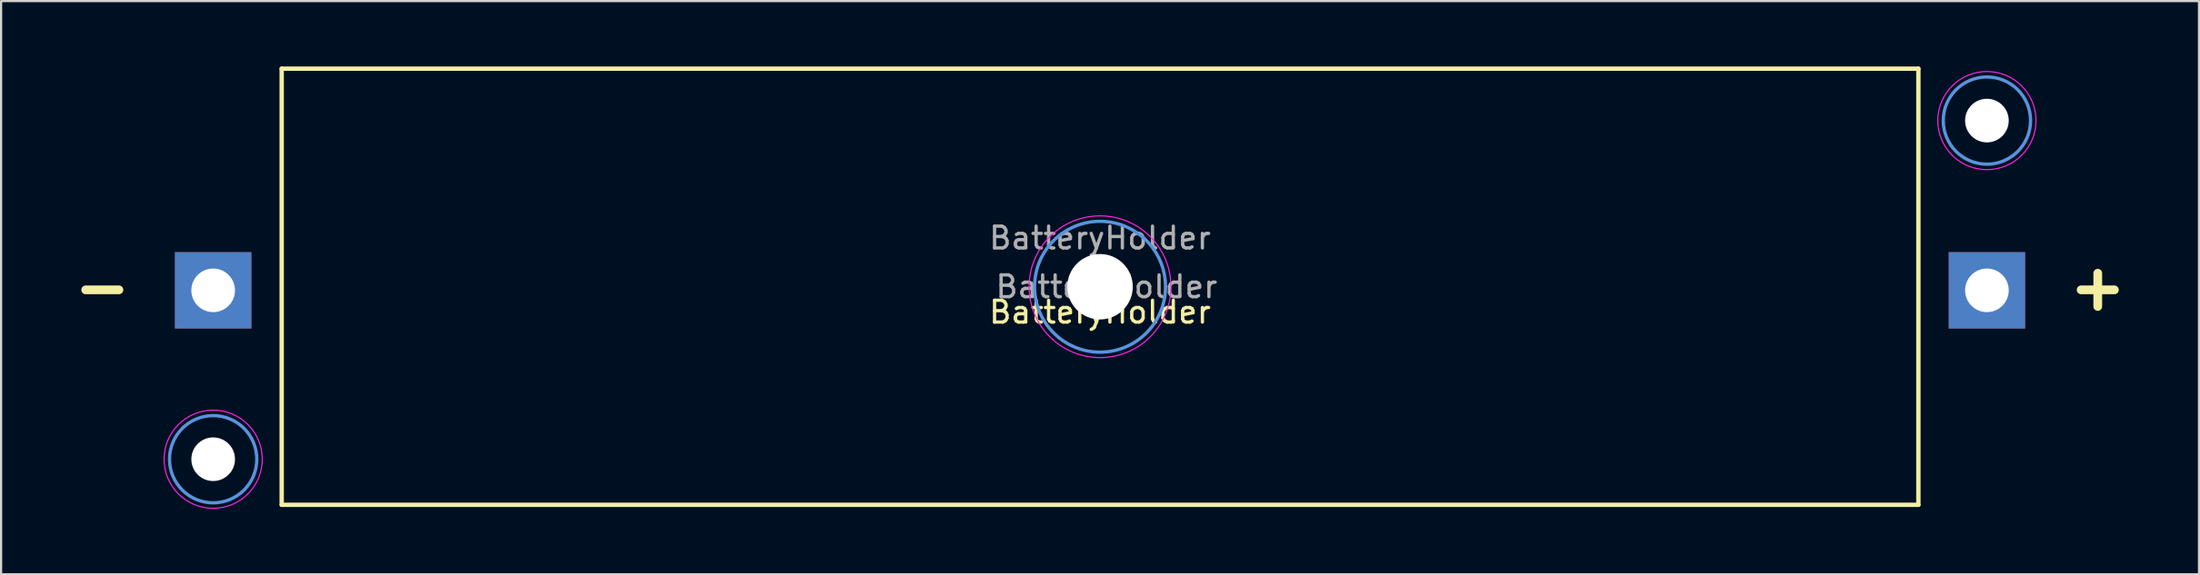
<source format=kicad_pcb>
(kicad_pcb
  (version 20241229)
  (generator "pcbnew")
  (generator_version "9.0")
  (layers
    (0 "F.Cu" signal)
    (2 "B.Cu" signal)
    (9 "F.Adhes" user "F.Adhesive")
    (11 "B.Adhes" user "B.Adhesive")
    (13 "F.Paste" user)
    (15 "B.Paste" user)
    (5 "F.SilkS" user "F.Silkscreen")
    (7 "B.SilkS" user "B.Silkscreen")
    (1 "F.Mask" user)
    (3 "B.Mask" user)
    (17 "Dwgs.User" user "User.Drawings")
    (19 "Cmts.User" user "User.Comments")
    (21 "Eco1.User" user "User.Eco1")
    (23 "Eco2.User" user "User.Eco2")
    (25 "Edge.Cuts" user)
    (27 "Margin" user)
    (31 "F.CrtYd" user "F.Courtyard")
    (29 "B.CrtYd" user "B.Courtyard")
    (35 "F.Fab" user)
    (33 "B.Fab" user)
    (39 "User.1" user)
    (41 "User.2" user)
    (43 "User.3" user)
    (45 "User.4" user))
  (footprint "BatteryHolder"
    (layer "F.Cu")
    (at 47.358 10.1)
    (property "Reference" "BatteryHolder" (at 0 1.165 0) (layer "F.SilkS") (effects (font (size 1 1) (thickness 0.15))))
    (attr through_hole)
    (fp_line (start -37.5 -10) (end 37.5 -10) (stroke (width 0.2) (type solid)) (layer "F.SilkS"))
    (fp_line (start -37.5 10) (end -37.5 -10) (stroke (width 0.2) (type solid)) (layer "F.SilkS"))
    (fp_line (start 37.5 -10) (end 37.5 10) (stroke (width 0.2) (type solid)) (layer "F.SilkS"))
    (fp_line (start 37.5 10) (end -37.5 10) (stroke (width 0.2) (type solid)) (layer "F.SilkS"))
    (fp_circle (center -40.64 7.91) (end -38.64 7.91) (stroke (width 0.15) (type solid)) (fill no) (layer "Cmts.User"))
    (fp_circle (center 0 0) (end 3 0) (stroke (width 0.15) (type solid)) (fill no) (layer "Cmts.User"))
    (fp_circle (center 40.64 -7.62) (end 42.64 -7.62) (stroke (width 0.15) (type solid)) (fill no) (layer "Cmts.User"))
    (fp_circle (center -40.64 7.91) (end -38.39 7.91) (stroke (width 0.05) (type solid)) (fill no) (layer "F.CrtYd"))
    (fp_circle (center 0 0) (end 3.25 0) (stroke (width 0.05) (type solid)) (fill no) (layer "F.CrtYd"))
    (fp_circle (center 40.64 -7.62) (end 42.89 -7.62) (stroke (width 0.05) (type solid)) (fill no) (layer "F.CrtYd"))
    (fp_text user "+" (at 45.72 0 0) (unlocked yes) (layer "F.SilkS") (effects (font (size 2 2) (thickness 0.4))))
    (fp_text user "-" (at -45.72 0 0) (unlocked yes) (layer "F.SilkS") (effects (font (size 2 2) (thickness 0.4))))
    (fp_text user "${REFERENCE}" (at 0.3 0 0) (layer "F.Fab") (effects (font (size 1 1) (thickness 0.15))))
    (fp_text user "${REFERENCE}" (at 0 -2.235 0) (layer "F.Fab") (effects (font (size 1 1) (thickness 0.15))))
    (pad "" np_thru_hole circle (at -40.64 7.91) (size 2 2) (drill 2) (layers "*.Cu" "*.Mask"))
    (pad "" np_thru_hole circle (at 0 0) (size 3 3) (drill 3) (layers "*.Cu" "*.Mask"))
    (pad "" np_thru_hole circle (at 40.64 -7.62) (size 2 2) (drill 2) (layers "*.Cu" "*.Mask"))
    (pad "1" thru_hole rect (at 40.64 0.165) (size 3.5 3.5) (drill 2) (layers "*.Cu" "*.Mask"))
    (pad "2" thru_hole rect (at -40.64 0.165) (size 3.5 3.5) (drill 2) (layers "*.Cu" "*.Mask")))
  (gr_rect
    (start -3 -3)
    (end 97.716 23.285)
    (stroke (width 0.1) (type default))
    (fill no)
    (layer "Edge.Cuts")))
</source>
